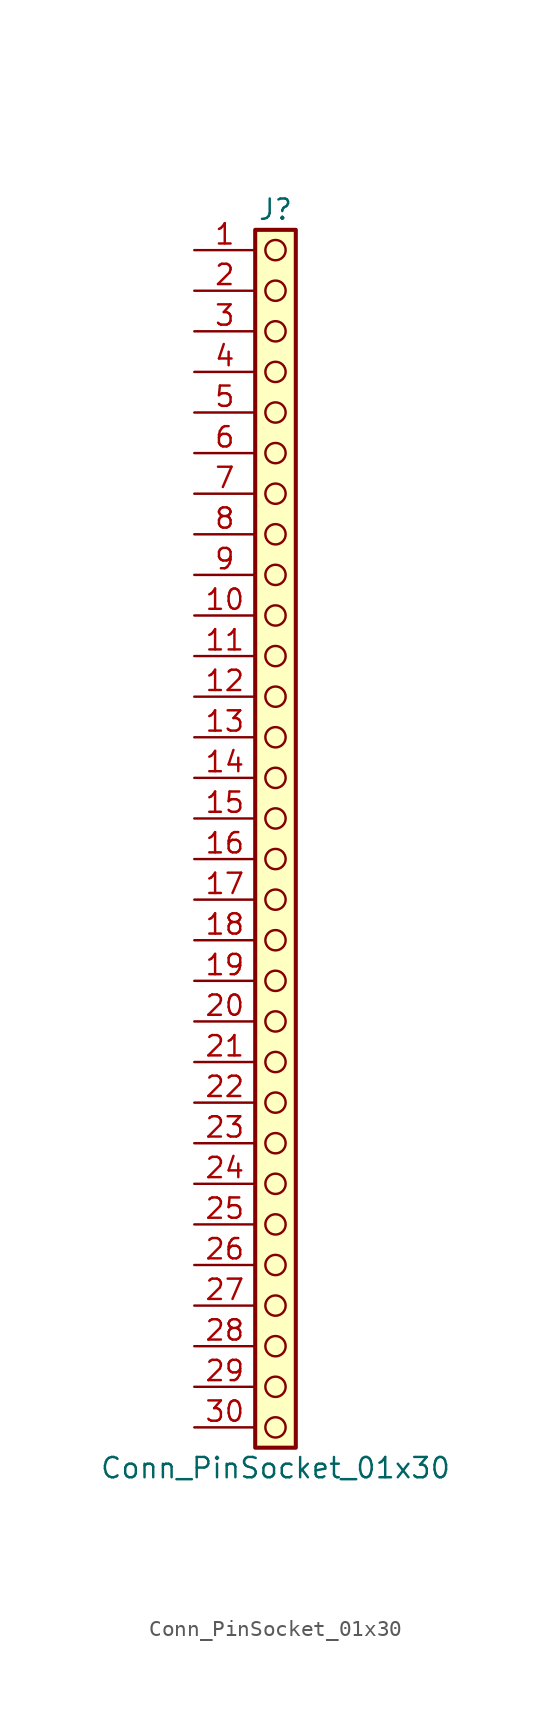
<source format=kicad_sym>
(kicad_symbol_lib
  (version 20241209)
  (generator "kicad_symbol_editor")
  (generator_version "9.0")
  (symbol "Conn_PinSocket_01x30"
    (pin_names
      (offset 1.016)
      (hide yes))
    (property "Reference" "J"
      (at 0 38.1 0)
      (effects (font (size 1.27 1.27))))
    (property "Value" "Conn_PinSocket_01x30"
      (at 0 -40.64 0)
      (effects (font (size 1.27 1.27))))
    (symbol "Conn_PinSocket_01x30_1_1"
      (rectangle (start -1.27 36.83) (end 1.27 -39.37) (stroke (width 0.254) (type default)) (fill (type background)))
      (circle (center 0 35.56) (radius 0.635) (stroke (width 0) (type solid) (color 132 0 0 1)) (fill (type none)))
      (circle (center 0 33.02) (radius 0.635) (stroke (width 0) (type solid) (color 132 0 0 1)) (fill (type none)))
      (circle (center 0 30.48) (radius 0.635) (stroke (width 0) (type solid) (color 132 0 0 1)) (fill (type none)))
      (circle (center 0 27.94) (radius 0.635) (stroke (width 0) (type solid) (color 132 0 0 1)) (fill (type none)))
      (circle (center 0 25.4) (radius 0.635) (stroke (width 0) (type solid) (color 132 0 0 1)) (fill (type none)))
      (circle (center 0 22.86) (radius 0.635) (stroke (width 0) (type solid) (color 132 0 0 1)) (fill (type none)))
      (circle (center 0 20.32) (radius 0.635) (stroke (width 0) (type solid) (color 132 0 0 1)) (fill (type none)))
      (circle (center 0 17.78) (radius 0.635) (stroke (width 0) (type solid) (color 132 0 0 1)) (fill (type none)))
      (circle (center 0 15.24) (radius 0.635) (stroke (width 0) (type solid) (color 132 0 0 1)) (fill (type none)))
      (circle (center 0 12.7) (radius 0.635) (stroke (width 0) (type solid) (color 132 0 0 1)) (fill (type none)))
      (circle (center 0 10.16) (radius 0.635) (stroke (width 0) (type solid) (color 132 0 0 1)) (fill (type none)))
      (circle (center 0 7.62) (radius 0.635) (stroke (width 0) (type solid) (color 132 0 0 1)) (fill (type none)))
      (circle (center 0 5.08) (radius 0.635) (stroke (width 0) (type solid) (color 132 0 0 1)) (fill (type none)))
      (circle (center 0 2.54) (radius 0.635) (stroke (width 0) (type solid) (color 132 0 0 1)) (fill (type none)))
      (circle (center 0 0) (radius 0.635) (stroke (width 0) (type solid) (color 132 0 0 1)) (fill (type none)))
      (circle (center 0 -2.54) (radius 0.635) (stroke (width 0) (type solid) (color 132 0 0 1)) (fill (type none)))
      (circle (center 0 -5.08) (radius 0.635) (stroke (width 0) (type solid) (color 132 0 0 1)) (fill (type none)))
      (circle (center 0 -7.62) (radius 0.635) (stroke (width 0) (type solid) (color 132 0 0 1)) (fill (type none)))
      (circle (center 0 -10.16) (radius 0.635) (stroke (width 0) (type solid) (color 132 0 0 1)) (fill (type none)))
      (circle (center 0 -12.7) (radius 0.635) (stroke (width 0) (type solid) (color 132 0 0 1)) (fill (type none)))
      (circle (center 0 -15.24) (radius 0.635) (stroke (width 0) (type solid) (color 132 0 0 1)) (fill (type none)))
      (circle (center 0 -17.78) (radius 0.635) (stroke (width 0) (type solid) (color 132 0 0 1)) (fill (type none)))
      (circle (center 0 -20.32) (radius 0.635) (stroke (width 0) (type solid) (color 132 0 0 1)) (fill (type none)))
      (circle (center 0 -22.86) (radius 0.635) (stroke (width 0) (type solid) (color 132 0 0 1)) (fill (type none)))
      (circle (center 0 -25.4) (radius 0.635) (stroke (width 0) (type solid) (color 132 0 0 1)) (fill (type none)))
      (circle (center 0 -27.94) (radius 0.635) (stroke (width 0) (type solid) (color 132 0 0 1)) (fill (type none)))
      (circle (center 0 -30.48) (radius 0.635) (stroke (width 0) (type solid) (color 132 0 0 1)) (fill (type none)))
      (circle (center 0 -33.02) (radius 0.635) (stroke (width 0) (type solid) (color 132 0 0 1)) (fill (type none)))
      (circle (center 0 -35.56) (radius 0.635) (stroke (width 0) (type solid) (color 132 0 0 1)) (fill (type none)))
      (circle (center 0 -38.1) (radius 0.635) (stroke (width 0) (type solid) (color 132 0 0 1)) (fill (type none)))
      (pin passive line (at -5.08 35.56 0) (length 3.81) (name "Pin_1" (effects (font (size 1.27 1.27)))) (number "1" (effects (font (size 1.27 1.27)))))
      (pin passive line (at -5.08 33.02 0) (length 3.81) (name "Pin_2" (effects (font (size 1.27 1.27)))) (number "2" (effects (font (size 1.27 1.27)))))
      (pin passive line (at -5.08 30.48 0) (length 3.81) (name "Pin_3" (effects (font (size 1.27 1.27)))) (number "3" (effects (font (size 1.27 1.27)))))
      (pin passive line (at -5.08 27.94 0) (length 3.81) (name "Pin_4" (effects (font (size 1.27 1.27)))) (number "4" (effects (font (size 1.27 1.27)))))
      (pin passive line (at -5.08 25.4 0) (length 3.81) (name "Pin_5" (effects (font (size 1.27 1.27)))) (number "5" (effects (font (size 1.27 1.27)))))
      (pin passive line (at -5.08 22.86 0) (length 3.81) (name "Pin_6" (effects (font (size 1.27 1.27)))) (number "6" (effects (font (size 1.27 1.27)))))
      (pin passive line (at -5.08 20.32 0) (length 3.81) (name "Pin_7" (effects (font (size 1.27 1.27)))) (number "7" (effects (font (size 1.27 1.27)))))
      (pin passive line (at -5.08 17.78 0) (length 3.81) (name "Pin_8" (effects (font (size 1.27 1.27)))) (number "8" (effects (font (size 1.27 1.27)))))
      (pin passive line (at -5.08 15.24 0) (length 3.81) (name "Pin_9" (effects (font (size 1.27 1.27)))) (number "9" (effects (font (size 1.27 1.27)))))
      (pin passive line (at -5.08 12.7 0) (length 3.81) (name "Pin_10" (effects (font (size 1.27 1.27)))) (number "10" (effects (font (size 1.27 1.27)))))
      (pin passive line (at -5.08 10.16 0) (length 3.81) (name "Pin_11" (effects (font (size 1.27 1.27)))) (number "11" (effects (font (size 1.27 1.27)))))
      (pin passive line (at -5.08 7.62 0) (length 3.81) (name "Pin_12" (effects (font (size 1.27 1.27)))) (number "12" (effects (font (size 1.27 1.27)))))
      (pin passive line (at -5.08 5.08 0) (length 3.81) (name "Pin_13" (effects (font (size 1.27 1.27)))) (number "13" (effects (font (size 1.27 1.27)))))
      (pin passive line (at -5.08 2.54 0) (length 3.81) (name "Pin_14" (effects (font (size 1.27 1.27)))) (number "14" (effects (font (size 1.27 1.27)))))
      (pin passive line (at -5.08 0 0) (length 3.81) (name "Pin_15" (effects (font (size 1.27 1.27)))) (number "15" (effects (font (size 1.27 1.27)))))
      (pin passive line (at -5.08 -2.54 0) (length 3.81) (name "Pin_16" (effects (font (size 1.27 1.27)))) (number "16" (effects (font (size 1.27 1.27)))))
      (pin passive line (at -5.08 -5.08 0) (length 3.81) (name "Pin_17" (effects (font (size 1.27 1.27)))) (number "17" (effects (font (size 1.27 1.27)))))
      (pin passive line (at -5.08 -7.62 0) (length 3.81) (name "Pin_18" (effects (font (size 1.27 1.27)))) (number "18" (effects (font (size 1.27 1.27)))))
      (pin passive line (at -5.08 -10.16 0) (length 3.81) (name "Pin_19" (effects (font (size 1.27 1.27)))) (number "19" (effects (font (size 1.27 1.27)))))
      (pin passive line (at -5.08 -12.7 0) (length 3.81) (name "Pin_20" (effects (font (size 1.27 1.27)))) (number "20" (effects (font (size 1.27 1.27)))))
      (pin passive line (at -5.08 -15.24 0) (length 3.81) (name "Pin_21" (effects (font (size 1.27 1.27)))) (number "21" (effects (font (size 1.27 1.27)))))
      (pin passive line (at -5.08 -17.78 0) (length 3.81) (name "Pin_22" (effects (font (size 1.27 1.27)))) (number "22" (effects (font (size 1.27 1.27)))))
      (pin passive line (at -5.08 -20.32 0) (length 3.81) (name "Pin_23" (effects (font (size 1.27 1.27)))) (number "23" (effects (font (size 1.27 1.27)))))
      (pin passive line (at -5.08 -22.86 0) (length 3.81) (name "Pin_24" (effects (font (size 1.27 1.27)))) (number "24" (effects (font (size 1.27 1.27)))))
      (pin passive line (at -5.08 -25.4 0) (length 3.81) (name "Pin_25" (effects (font (size 1.27 1.27)))) (number "25" (effects (font (size 1.27 1.27)))))
      (pin passive line (at -5.08 -27.94 0) (length 3.81) (name "Pin_26" (effects (font (size 1.27 1.27)))) (number "26" (effects (font (size 1.27 1.27)))))
      (pin passive line (at -5.08 -30.48 0) (length 3.81) (name "Pin_27" (effects (font (size 1.27 1.27)))) (number "27" (effects (font (size 1.27 1.27)))))
      (pin passive line (at -5.08 -33.02 0) (length 3.81) (name "Pin_28" (effects (font (size 1.27 1.27)))) (number "28" (effects (font (size 1.27 1.27)))))
      (pin passive line (at -5.08 -35.56 0) (length 3.81) (name "Pin_29" (effects (font (size 1.27 1.27)))) (number "29" (effects (font (size 1.27 1.27)))))
      (pin passive line (at -5.08 -38.1 0) (length 3.81) (name "Pin_30" (effects (font (size 1.27 1.27)))) (number "30" (effects (font (size 1.27 1.27))))))))
</source>
